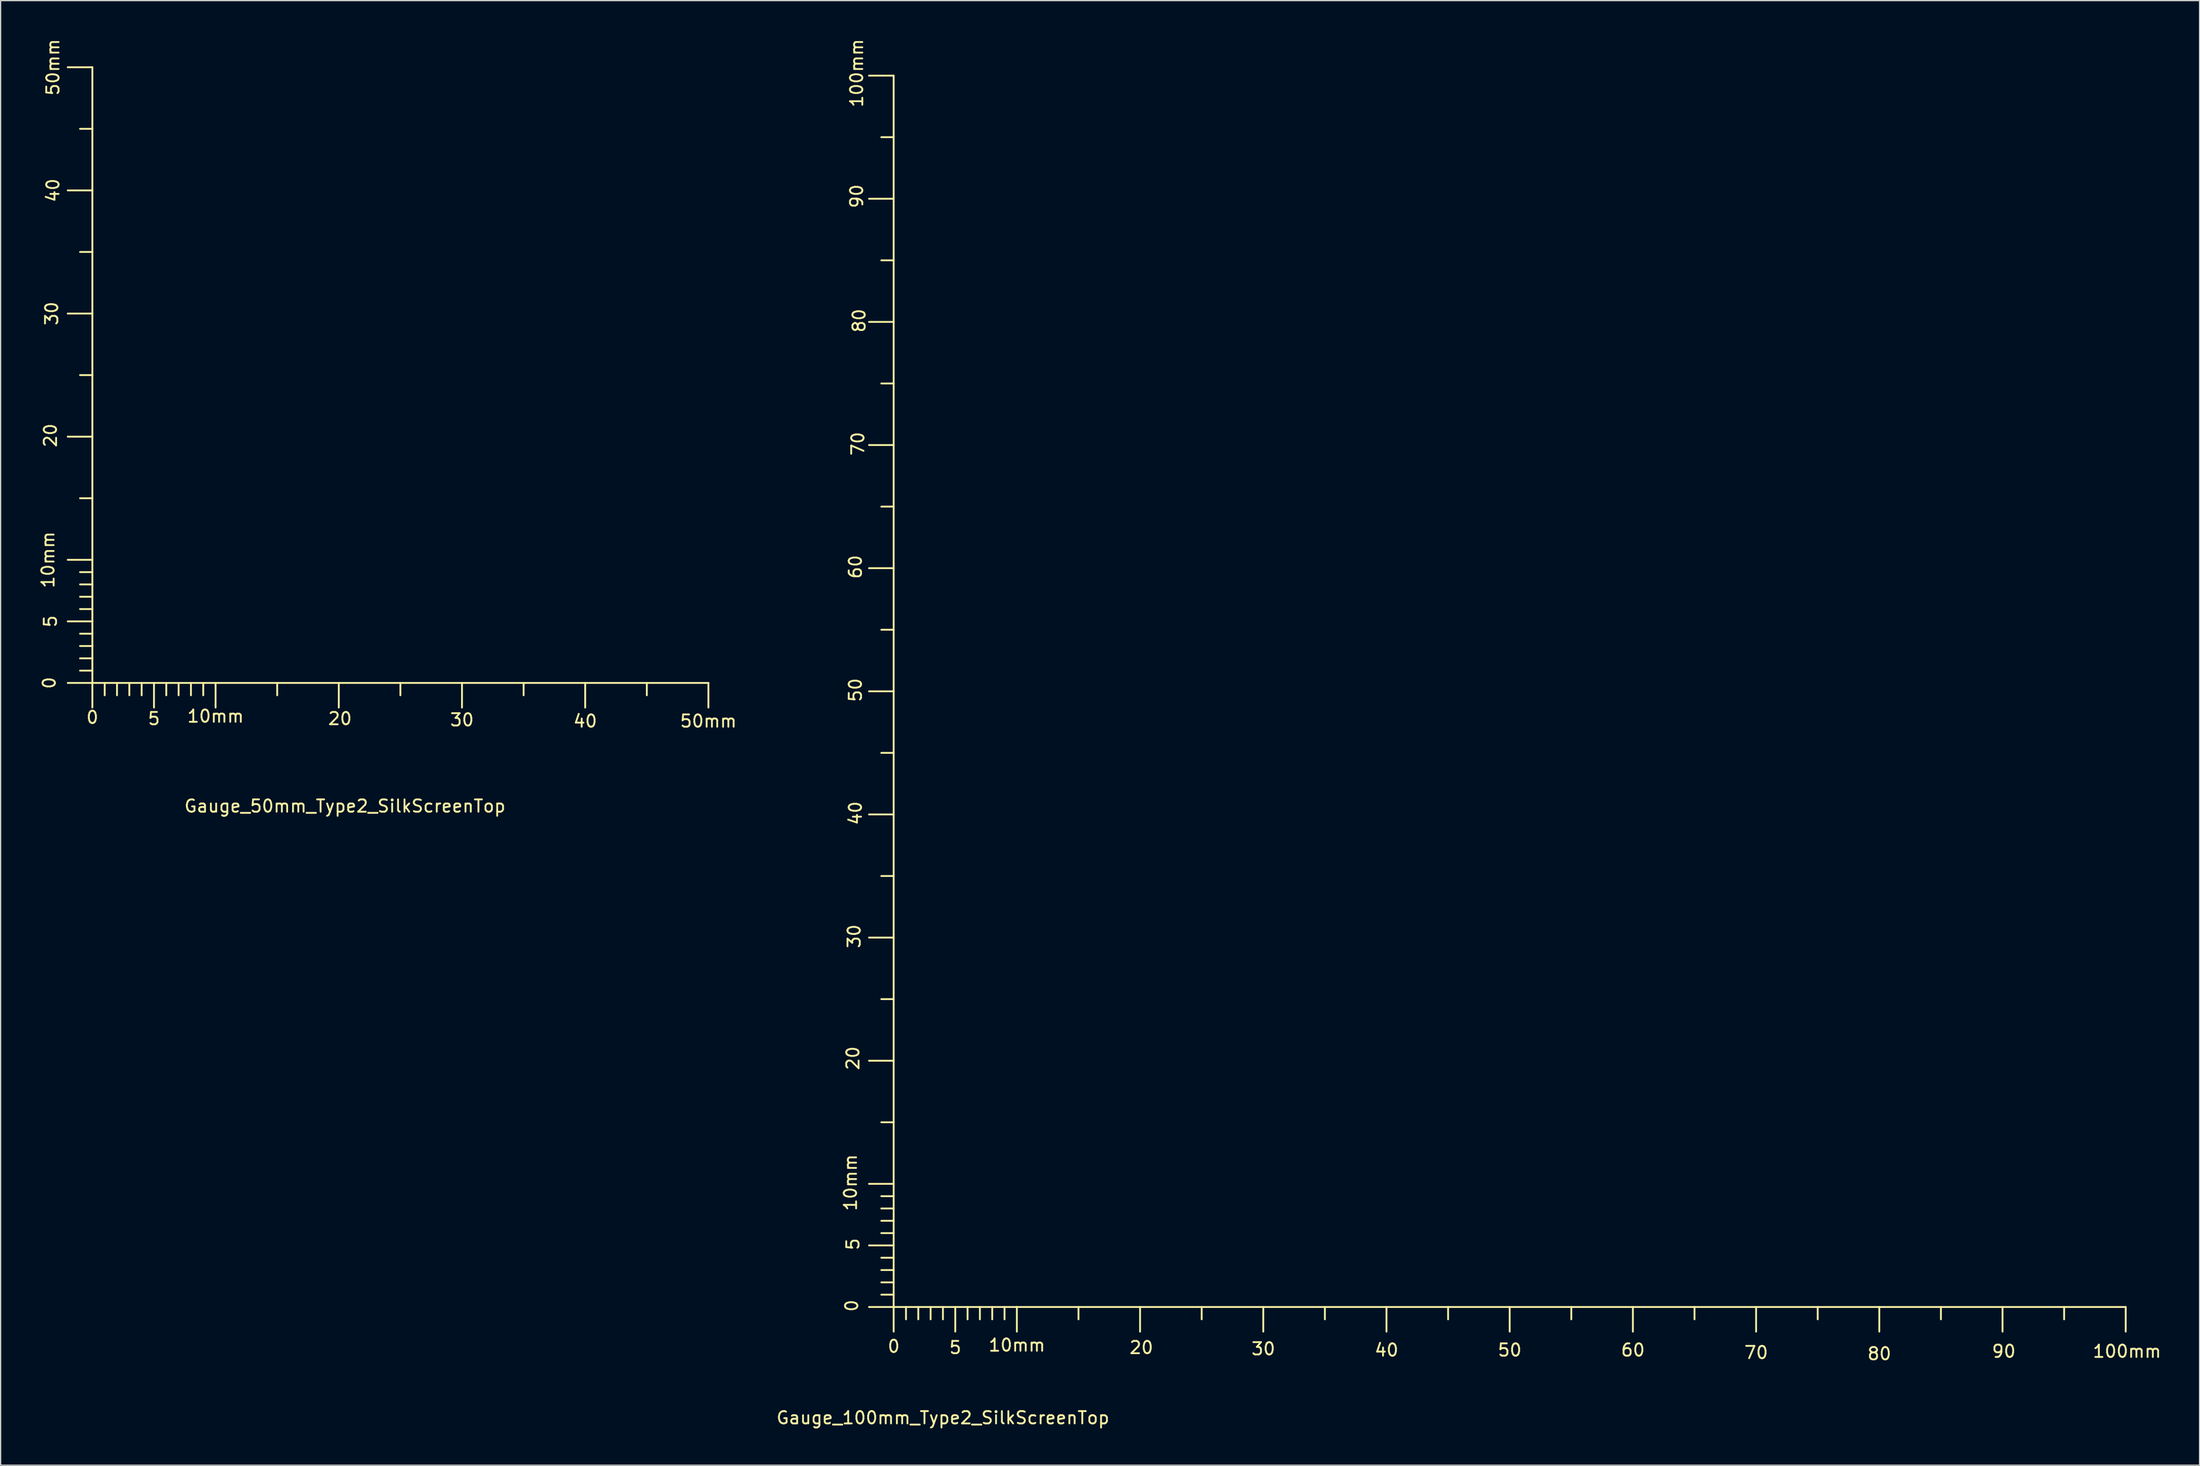
<source format=kicad_pcb>
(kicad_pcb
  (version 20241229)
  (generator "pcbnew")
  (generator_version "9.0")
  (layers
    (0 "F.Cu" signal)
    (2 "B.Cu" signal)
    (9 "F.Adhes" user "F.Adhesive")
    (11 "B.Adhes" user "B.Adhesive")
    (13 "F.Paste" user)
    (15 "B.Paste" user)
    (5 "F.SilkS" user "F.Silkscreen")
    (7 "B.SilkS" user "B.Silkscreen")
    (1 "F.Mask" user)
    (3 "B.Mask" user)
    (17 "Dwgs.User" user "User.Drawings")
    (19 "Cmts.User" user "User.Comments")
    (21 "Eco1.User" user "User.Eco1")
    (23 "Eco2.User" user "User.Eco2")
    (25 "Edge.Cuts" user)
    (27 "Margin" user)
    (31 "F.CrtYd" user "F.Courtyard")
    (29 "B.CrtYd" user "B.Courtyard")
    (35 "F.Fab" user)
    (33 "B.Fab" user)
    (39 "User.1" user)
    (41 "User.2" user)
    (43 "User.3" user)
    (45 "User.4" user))
  (footprint "Gauge_100mm_Type2_SilkScreenTop"
    (layer "F.Cu")
    (at 69.483 103.092)
    (property "Reference" "Gauge_100mm_Type2_SilkScreenTop" (at 4 8.999 0) (layer "F.SilkS") (effects (font (size 1 1) (thickness 0.15))))
    (attr through_hole)
    (fp_line (start 0 -100) (end -1.999 -100) (stroke (width 0.15) (type solid)) (layer "F.SilkS"))
    (fp_line (start 0 -95.001) (end -1.001 -95.001) (stroke (width 0.15) (type solid)) (layer "F.SilkS"))
    (fp_line (start 0 -90) (end -1.999 -90) (stroke (width 0.15) (type solid)) (layer "F.SilkS"))
    (fp_line (start 0 -85.001) (end -1.001 -85.001) (stroke (width 0.15) (type solid)) (layer "F.SilkS"))
    (fp_line (start 0 -80) (end -1.999 -80) (stroke (width 0.15) (type solid)) (layer "F.SilkS"))
    (fp_line (start 0 -75.001) (end -1.001 -75.001) (stroke (width 0.15) (type solid)) (layer "F.SilkS"))
    (fp_line (start 0 -70) (end -1.999 -70) (stroke (width 0.15) (type solid)) (layer "F.SilkS"))
    (fp_line (start 0 -65.001) (end -1.001 -65.001) (stroke (width 0.15) (type solid)) (layer "F.SilkS"))
    (fp_line (start 0 -60) (end -1.999 -60) (stroke (width 0.15) (type solid)) (layer "F.SilkS"))
    (fp_line (start 0 -55.001) (end -1.001 -55.001) (stroke (width 0.15) (type solid)) (layer "F.SilkS"))
    (fp_line (start 0 -50) (end -1.999 -50) (stroke (width 0.15) (type solid)) (layer "F.SilkS"))
    (fp_line (start 0 -45.001) (end -1.001 -45.001) (stroke (width 0.15) (type solid)) (layer "F.SilkS"))
    (fp_line (start 0 -40) (end -1.999 -40) (stroke (width 0.15) (type solid)) (layer "F.SilkS"))
    (fp_line (start 0 -35.001) (end -1.001 -35.001) (stroke (width 0.15) (type solid)) (layer "F.SilkS"))
    (fp_line (start 0 -30) (end -1.999 -30) (stroke (width 0.15) (type solid)) (layer "F.SilkS"))
    (fp_line (start 0 -25.001) (end -1.001 -25.001) (stroke (width 0.15) (type solid)) (layer "F.SilkS"))
    (fp_line (start 0 -20) (end -1.999 -20) (stroke (width 0.15) (type solid)) (layer "F.SilkS"))
    (fp_line (start 0 -15.001) (end -1.001 -15.001) (stroke (width 0.15) (type solid)) (layer "F.SilkS"))
    (fp_line (start 0 -10) (end -1.999 -10) (stroke (width 0.15) (type solid)) (layer "F.SilkS"))
    (fp_line (start 0 -8.999) (end -1.001 -8.999) (stroke (width 0.15) (type solid)) (layer "F.SilkS"))
    (fp_line (start 0 -8.001) (end -1.001 -8.001) (stroke (width 0.15) (type solid)) (layer "F.SilkS"))
    (fp_line (start 0 -7) (end -1.001 -7) (stroke (width 0.15) (type solid)) (layer "F.SilkS"))
    (fp_line (start 0 -5.999) (end -1.001 -5.999) (stroke (width 0.15) (type solid)) (layer "F.SilkS"))
    (fp_line (start 0 -5.001) (end -1.999 -5.001) (stroke (width 0.15) (type solid)) (layer "F.SilkS"))
    (fp_line (start 0 -4) (end -1.001 -4) (stroke (width 0.15) (type solid)) (layer "F.SilkS"))
    (fp_line (start 0 -3) (end -1.001 -3) (stroke (width 0.15) (type solid)) (layer "F.SilkS"))
    (fp_line (start 0 -1.999) (end -1.001 -1.999) (stroke (width 0.15) (type solid)) (layer "F.SilkS"))
    (fp_line (start 0 -1.001) (end -1.001 -1.001) (stroke (width 0.15) (type solid)) (layer "F.SilkS"))
    (fp_line (start 0 0) (end -1.999 0) (stroke (width 0.15) (type solid)) (layer "F.SilkS"))
    (fp_line (start 0 0) (end 0 -100) (stroke (width 0.15) (type solid)) (layer "F.SilkS"))
    (fp_line (start 0 0) (end 0 1.999) (stroke (width 0.15) (type solid)) (layer "F.SilkS"))
    (fp_line (start 0 0) (end 10 0) (stroke (width 0.15) (type solid)) (layer "F.SilkS"))
    (fp_line (start 1.001 0) (end 1.001 1.001) (stroke (width 0.15) (type solid)) (layer "F.SilkS"))
    (fp_line (start 1.999 0) (end 1.999 1.001) (stroke (width 0.15) (type solid)) (layer "F.SilkS"))
    (fp_line (start 3 0) (end 3 1.001) (stroke (width 0.15) (type solid)) (layer "F.SilkS"))
    (fp_line (start 4 0) (end 4 1.001) (stroke (width 0.15) (type solid)) (layer "F.SilkS"))
    (fp_line (start 5.001 0) (end 5.001 1.999) (stroke (width 0.15) (type solid)) (layer "F.SilkS"))
    (fp_line (start 5.999 0) (end 5.999 1.001) (stroke (width 0.15) (type solid)) (layer "F.SilkS"))
    (fp_line (start 7 0) (end 7 1.001) (stroke (width 0.15) (type solid)) (layer "F.SilkS"))
    (fp_line (start 8.001 0) (end 8.001 1.001) (stroke (width 0.15) (type solid)) (layer "F.SilkS"))
    (fp_line (start 8.999 0) (end 8.999 1.001) (stroke (width 0.15) (type solid)) (layer "F.SilkS"))
    (fp_line (start 10 0) (end 10 1.999) (stroke (width 0.15) (type solid)) (layer "F.SilkS"))
    (fp_line (start 10 0) (end 100 0) (stroke (width 0.15) (type solid)) (layer "F.SilkS"))
    (fp_line (start 15.001 0) (end 15.001 1.001) (stroke (width 0.15) (type solid)) (layer "F.SilkS"))
    (fp_line (start 20 0) (end 20 1.999) (stroke (width 0.15) (type solid)) (layer "F.SilkS"))
    (fp_line (start 25.001 0) (end 25.001 1.001) (stroke (width 0.15) (type solid)) (layer "F.SilkS"))
    (fp_line (start 30 0) (end 30 1.999) (stroke (width 0.15) (type solid)) (layer "F.SilkS"))
    (fp_line (start 35.001 0) (end 35.001 1.001) (stroke (width 0.15) (type solid)) (layer "F.SilkS"))
    (fp_line (start 40 0) (end 40 1.999) (stroke (width 0.15) (type solid)) (layer "F.SilkS"))
    (fp_line (start 45.001 0) (end 45.001 1.001) (stroke (width 0.15) (type solid)) (layer "F.SilkS"))
    (fp_line (start 50 0) (end 50 1.999) (stroke (width 0.15) (type solid)) (layer "F.SilkS"))
    (fp_line (start 55.001 0) (end 55.001 1.001) (stroke (width 0.15) (type solid)) (layer "F.SilkS"))
    (fp_line (start 60 0) (end 60 1.999) (stroke (width 0.15) (type solid)) (layer "F.SilkS"))
    (fp_line (start 65.001 0) (end 65.001 1.001) (stroke (width 0.15) (type solid)) (layer "F.SilkS"))
    (fp_line (start 70 0) (end 70 1.999) (stroke (width 0.15) (type solid)) (layer "F.SilkS"))
    (fp_line (start 75.001 0) (end 75.001 1.001) (stroke (width 0.15) (type solid)) (layer "F.SilkS"))
    (fp_line (start 80 0) (end 80 1.999) (stroke (width 0.15) (type solid)) (layer "F.SilkS"))
    (fp_line (start 85.001 0) (end 85.001 1.001) (stroke (width 0.15) (type solid)) (layer "F.SilkS"))
    (fp_line (start 90 0) (end 90 1.999) (stroke (width 0.15) (type solid)) (layer "F.SilkS"))
    (fp_line (start 95.001 0) (end 95.001 1.001) (stroke (width 0.15) (type solid)) (layer "F.SilkS"))
    (fp_line (start 100 0) (end 100 1.999) (stroke (width 0.15) (type solid)) (layer "F.SilkS"))
    (fp_text user "30" (at -3.203 -30.104 90) (layer "F.SilkS") (effects (font (size 1 1) (thickness 0.15))))
    (fp_text user "80" (at -2.802 -80.104 90) (layer "F.SilkS") (effects (font (size 1 1) (thickness 0.15))))
    (fp_text user "60" (at -3.101 -60.104 90) (layer "F.SilkS") (effects (font (size 1 1) (thickness 0.15))))
    (fp_text user "0" (at -3.404 -0.104 90) (layer "F.SilkS") (effects (font (size 1 1) (thickness 0.15))))
    (fp_text user "100mm" (at 100.106 3.602 0) (layer "F.SilkS") (effects (font (size 1 1) (thickness 0.15))))
    (fp_text user "50" (at -3.101 -50.104 90) (layer "F.SilkS") (effects (font (size 1 1) (thickness 0.15))))
    (fp_text user "50" (at 50.005 3.5 0) (layer "F.SilkS") (effects (font (size 1 1) (thickness 0.15))))
    (fp_text user "60" (at 60.005 3.5 0) (layer "F.SilkS") (effects (font (size 1 1) (thickness 0.15))))
    (fp_text user "100mm" (at -3 -100.206 90) (layer "F.SilkS") (effects (font (size 1 1) (thickness 0.15))))
    (fp_text user "70" (at -2.901 -70.104 90) (layer "F.SilkS") (effects (font (size 1 1) (thickness 0.15))))
    (fp_text user "5" (at -3.302 -5.103 90) (layer "F.SilkS") (effects (font (size 1 1) (thickness 0.15))))
    (fp_text user "70" (at 70.005 3.701 0) (layer "F.SilkS") (effects (font (size 1 1) (thickness 0.15))))
    (fp_text user "90" (at -3 -90.206 90) (layer "F.SilkS") (effects (font (size 1 1) (thickness 0.15))))
    (fp_text user "20" (at -3.302 -20.203 90) (layer "F.SilkS") (effects (font (size 1 1) (thickness 0.15))))
    (fp_text user "40" (at 40.005 3.5 0) (layer "F.SilkS") (effects (font (size 1 1) (thickness 0.15))))
    (fp_text user "10mm" (at 10.005 3.099 0) (layer "F.SilkS") (effects (font (size 1 1) (thickness 0.15))))
    (fp_text user "10mm" (at -3.503 -10.104 90) (layer "F.SilkS") (effects (font (size 1 1) (thickness 0.15))))
    (fp_text user "20" (at 20.104 3.299 0) (layer "F.SilkS") (effects (font (size 1 1) (thickness 0.15))))
    (fp_text user "0" (at 0.005 3.198 0) (layer "F.SilkS") (effects (font (size 1 1) (thickness 0.15))))
    (fp_text user "30" (at 30.005 3.399 0) (layer "F.SilkS") (effects (font (size 1 1) (thickness 0.15))))
    (fp_text user "40" (at -3.101 -40.104 90) (layer "F.SilkS") (effects (font (size 1 1) (thickness 0.15))))
    (fp_text user "80" (at 80.005 3.8 0) (layer "F.SilkS") (effects (font (size 1 1) (thickness 0.15))))
    (fp_text user "5" (at 5.004 3.299 0) (layer "F.SilkS") (effects (font (size 1 1) (thickness 0.15))))
    (fp_text user "90" (at 90.106 3.602 0) (layer "F.SilkS") (effects (font (size 1 1) (thickness 0.15)))))
  (footprint "Gauge_50mm_Type2_SilkScreenTop"
    (layer "F.Cu")
    (at 4.447 52.413)
    (property "Reference" "Gauge_50mm_Type2_SilkScreenTop" (at 20.5 10 0) (layer "F.SilkS") (effects (font (size 1 1) (thickness 0.15))))
    (attr through_hole)
    (fp_line (start 0 -50) (end -1.999 -50) (stroke (width 0.15) (type solid)) (layer "F.SilkS"))
    (fp_line (start 0 -45.001) (end -1.001 -45.001) (stroke (width 0.15) (type solid)) (layer "F.SilkS"))
    (fp_line (start 0 -40) (end -1.999 -40) (stroke (width 0.15) (type solid)) (layer "F.SilkS"))
    (fp_line (start 0 -35.001) (end -1.001 -35.001) (stroke (width 0.15) (type solid)) (layer "F.SilkS"))
    (fp_line (start 0 -30) (end -1.999 -30) (stroke (width 0.15) (type solid)) (layer "F.SilkS"))
    (fp_line (start 0 -25.001) (end -1.001 -25.001) (stroke (width 0.15) (type solid)) (layer "F.SilkS"))
    (fp_line (start 0 -20) (end -1.999 -20) (stroke (width 0.15) (type solid)) (layer "F.SilkS"))
    (fp_line (start 0 -15.001) (end -1.001 -15.001) (stroke (width 0.15) (type solid)) (layer "F.SilkS"))
    (fp_line (start 0 -10) (end -1.999 -10) (stroke (width 0.15) (type solid)) (layer "F.SilkS"))
    (fp_line (start 0 -8.999) (end -1.001 -8.999) (stroke (width 0.15) (type solid)) (layer "F.SilkS"))
    (fp_line (start 0 -8.001) (end -1.001 -8.001) (stroke (width 0.15) (type solid)) (layer "F.SilkS"))
    (fp_line (start 0 -7) (end -1.001 -7) (stroke (width 0.15) (type solid)) (layer "F.SilkS"))
    (fp_line (start 0 -5.999) (end -1.001 -5.999) (stroke (width 0.15) (type solid)) (layer "F.SilkS"))
    (fp_line (start 0 -5.001) (end -1.999 -5.001) (stroke (width 0.15) (type solid)) (layer "F.SilkS"))
    (fp_line (start 0 -4) (end -1.001 -4) (stroke (width 0.15) (type solid)) (layer "F.SilkS"))
    (fp_line (start 0 -3) (end -1.001 -3) (stroke (width 0.15) (type solid)) (layer "F.SilkS"))
    (fp_line (start 0 -1.999) (end -1.001 -1.999) (stroke (width 0.15) (type solid)) (layer "F.SilkS"))
    (fp_line (start 0 -1.001) (end -1.001 -1.001) (stroke (width 0.15) (type solid)) (layer "F.SilkS"))
    (fp_line (start 0 0) (end -1.999 0) (stroke (width 0.15) (type solid)) (layer "F.SilkS"))
    (fp_line (start 0 0) (end 0 -50) (stroke (width 0.15) (type solid)) (layer "F.SilkS"))
    (fp_line (start 0 0) (end 0 1.999) (stroke (width 0.15) (type solid)) (layer "F.SilkS"))
    (fp_line (start 0 0) (end 10 0) (stroke (width 0.15) (type solid)) (layer "F.SilkS"))
    (fp_line (start 1.001 0) (end 1.001 1.001) (stroke (width 0.15) (type solid)) (layer "F.SilkS"))
    (fp_line (start 1.999 0) (end 1.999 1.001) (stroke (width 0.15) (type solid)) (layer "F.SilkS"))
    (fp_line (start 3 0) (end 3 1.001) (stroke (width 0.15) (type solid)) (layer "F.SilkS"))
    (fp_line (start 4 0) (end 4 1.001) (stroke (width 0.15) (type solid)) (layer "F.SilkS"))
    (fp_line (start 5.001 0) (end 5.001 1.999) (stroke (width 0.15) (type solid)) (layer "F.SilkS"))
    (fp_line (start 5.999 0) (end 5.999 1.001) (stroke (width 0.15) (type solid)) (layer "F.SilkS"))
    (fp_line (start 7 0) (end 7 1.001) (stroke (width 0.15) (type solid)) (layer "F.SilkS"))
    (fp_line (start 8.001 0) (end 8.001 1.001) (stroke (width 0.15) (type solid)) (layer "F.SilkS"))
    (fp_line (start 8.999 0) (end 8.999 1.001) (stroke (width 0.15) (type solid)) (layer "F.SilkS"))
    (fp_line (start 10 0) (end 10 1.999) (stroke (width 0.15) (type solid)) (layer "F.SilkS"))
    (fp_line (start 10 0) (end 50 0) (stroke (width 0.15) (type solid)) (layer "F.SilkS"))
    (fp_line (start 15.001 0) (end 15.001 1.001) (stroke (width 0.15) (type solid)) (layer "F.SilkS"))
    (fp_line (start 20 0) (end 20 1.999) (stroke (width 0.15) (type solid)) (layer "F.SilkS"))
    (fp_line (start 25.001 0) (end 25.001 1.001) (stroke (width 0.15) (type solid)) (layer "F.SilkS"))
    (fp_line (start 30 0) (end 30 1.999) (stroke (width 0.15) (type solid)) (layer "F.SilkS"))
    (fp_line (start 35.001 0) (end 35.001 1.001) (stroke (width 0.15) (type solid)) (layer "F.SilkS"))
    (fp_line (start 40 0) (end 40 1.999) (stroke (width 0.15) (type solid)) (layer "F.SilkS"))
    (fp_line (start 45.001 0) (end 45.001 1.001) (stroke (width 0.15) (type solid)) (layer "F.SilkS"))
    (fp_line (start 50 0) (end 50 1.999) (stroke (width 0.15) (type solid)) (layer "F.SilkS"))
    (fp_text user "5" (at -3.399 -5.001 90) (layer "F.SilkS") (effects (font (size 1 1) (thickness 0.15))))
    (fp_text user "20" (at -3.399 -20.102 90) (layer "F.SilkS") (effects (font (size 1 1) (thickness 0.15))))
    (fp_text user "10mm" (at 10 2.7 0) (layer "F.SilkS") (effects (font (size 1 1) (thickness 0.15))))
    (fp_text user "30" (at -3.299 -30.002 90) (layer "F.SilkS") (effects (font (size 1 1) (thickness 0.15))))
    (fp_text user "0" (at -3.5 -0.003 90) (layer "F.SilkS") (effects (font (size 1 1) (thickness 0.15))))
    (fp_text user "0" (at 0 2.799 0) (layer "F.SilkS") (effects (font (size 1 1) (thickness 0.15))))
    (fp_text user "40" (at -3.198 -40.002 90) (layer "F.SilkS") (effects (font (size 1 1) (thickness 0.15))))
    (fp_text user "50mm" (at 50 3.101 0) (layer "F.SilkS") (effects (font (size 1 1) (thickness 0.15))))
    (fp_text user "20" (at 20.099 2.901 0) (layer "F.SilkS") (effects (font (size 1 1) (thickness 0.15))))
    (fp_text user "40" (at 40 3.101 0) (layer "F.SilkS") (effects (font (size 1 1) (thickness 0.15))))
    (fp_text user "5" (at 4.999 2.901 0) (layer "F.SilkS") (effects (font (size 1 1) (thickness 0.15))))
    (fp_text user "50mm" (at -3.198 -50.002 90) (layer "F.SilkS") (effects (font (size 1 1) (thickness 0.15))))
    (fp_text user "10mm" (at -3.599 -10.003 90) (layer "F.SilkS") (effects (font (size 1 1) (thickness 0.15))))
    (fp_text user "30" (at 30 3 0) (layer "F.SilkS") (effects (font (size 1 1) (thickness 0.15)))))
  (gr_rect
    (start -3 -3)
    (end 175.476 115.94)
    (stroke (width 0.1) (type default))
    (fill no)
    (layer "Edge.Cuts")))
</source>
